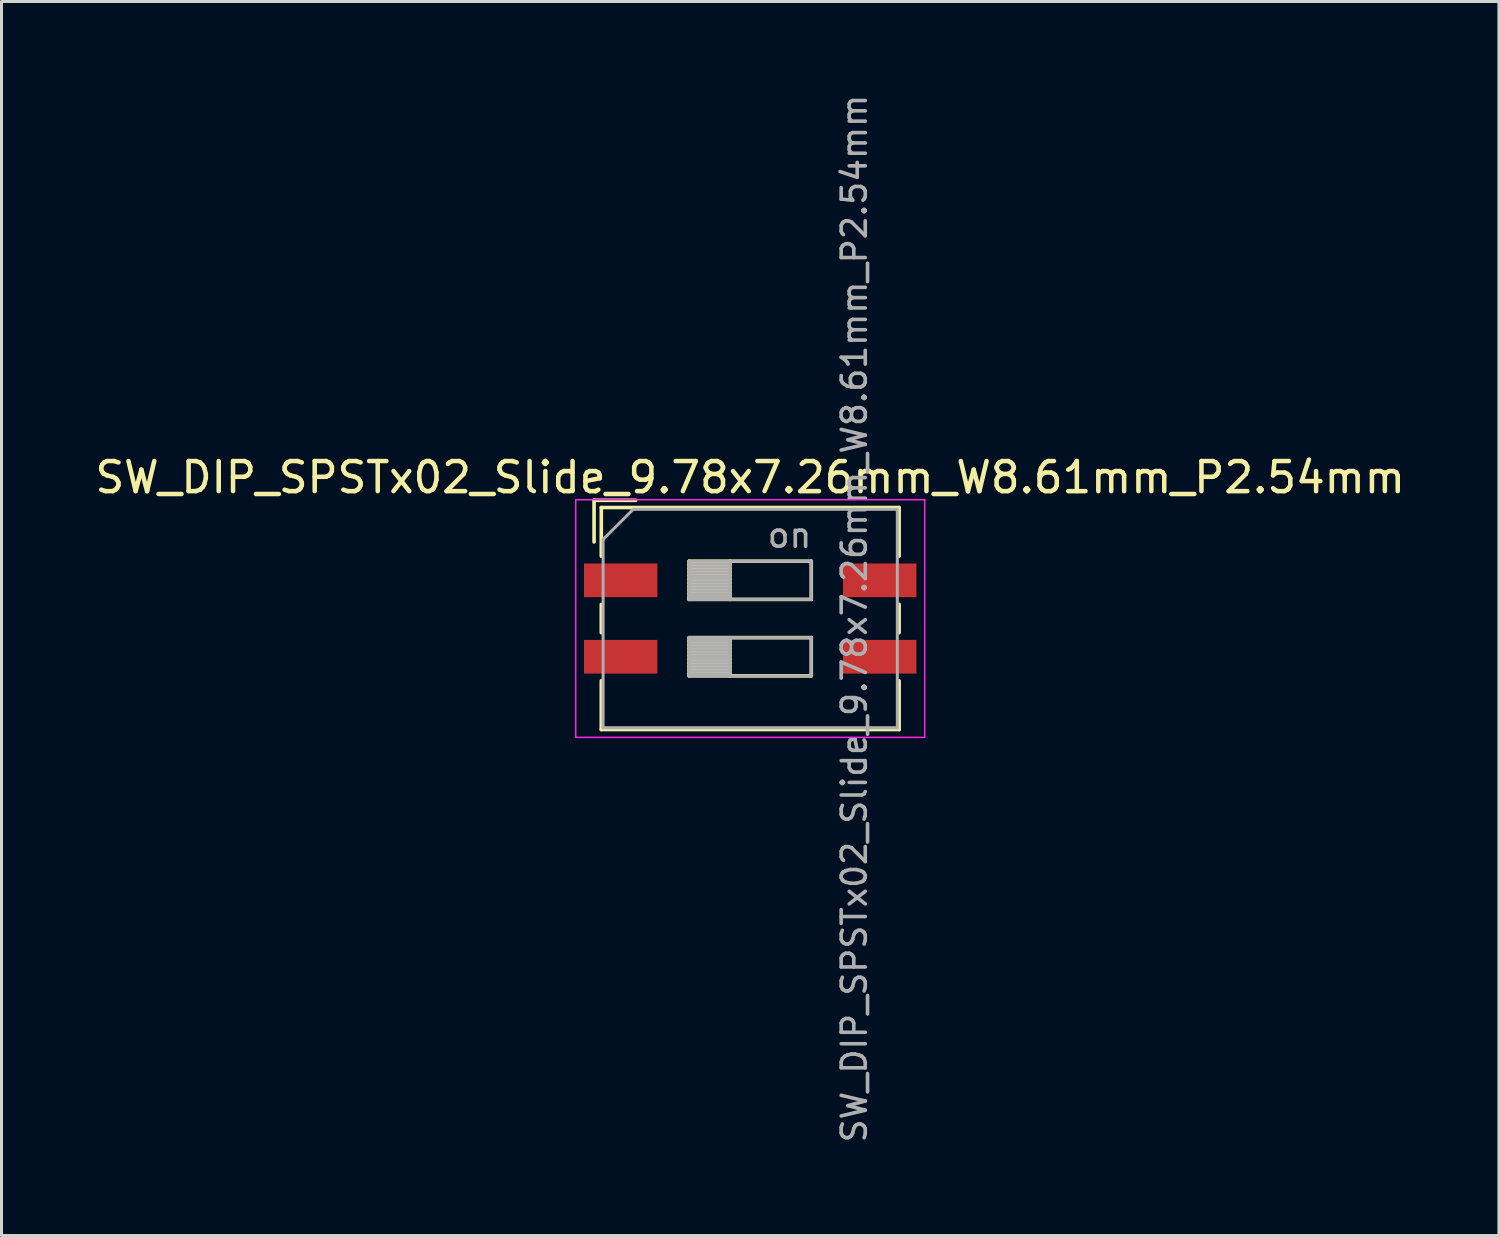
<source format=kicad_pcb>
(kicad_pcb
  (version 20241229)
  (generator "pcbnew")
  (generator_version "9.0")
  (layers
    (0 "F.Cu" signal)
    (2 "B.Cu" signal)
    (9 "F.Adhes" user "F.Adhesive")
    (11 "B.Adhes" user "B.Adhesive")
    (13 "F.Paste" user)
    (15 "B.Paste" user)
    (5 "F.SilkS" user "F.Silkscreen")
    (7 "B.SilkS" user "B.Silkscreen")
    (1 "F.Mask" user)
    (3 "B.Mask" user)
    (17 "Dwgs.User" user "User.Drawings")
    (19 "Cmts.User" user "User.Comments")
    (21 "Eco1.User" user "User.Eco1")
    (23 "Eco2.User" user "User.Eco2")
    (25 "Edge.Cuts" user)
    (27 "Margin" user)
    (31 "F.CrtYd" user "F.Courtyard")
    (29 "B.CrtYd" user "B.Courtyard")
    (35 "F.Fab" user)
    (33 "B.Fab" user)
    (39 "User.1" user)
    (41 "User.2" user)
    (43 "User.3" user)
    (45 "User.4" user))
  (footprint "SW_DIP_SPSTx02_Slide_9.78x7.26mm_W8.61mm_P2.54mm"
    (layer "F.Cu")
    (at 21.887 17.51)
    (property "Reference" "SW_DIP_SPSTx02_Slide_9.78x7.26mm_W8.61mm_P2.54mm" (at 0 -4.69 0) (layer "F.SilkS") (effects (font (size 1 1) (thickness 0.15))))
    (attr smd)
    (fp_line (start -5.19 -3.93) (end -5.19 -2.547) (stroke (width 0.12) (type solid)) (layer "F.SilkS"))
    (fp_line (start -5.19 -3.93) (end -3.806 -3.93) (stroke (width 0.12) (type solid)) (layer "F.SilkS"))
    (fp_line (start -4.95 -3.69) (end -4.95 -2.07) (stroke (width 0.12) (type solid)) (layer "F.SilkS"))
    (fp_line (start -4.95 -3.69) (end 4.95 -3.69) (stroke (width 0.12) (type solid)) (layer "F.SilkS"))
    (fp_line (start -4.95 -0.47) (end -4.95 0.47) (stroke (width 0.12) (type solid)) (layer "F.SilkS"))
    (fp_line (start -4.95 2.07) (end -4.95 3.69) (stroke (width 0.12) (type solid)) (layer "F.SilkS"))
    (fp_line (start -4.95 3.69) (end 4.95 3.69) (stroke (width 0.12) (type solid)) (layer "F.SilkS"))
    (fp_line (start -2.03 -1.905) (end -2.03 -0.635) (stroke (width 0.12) (type solid)) (layer "F.SilkS"))
    (fp_line (start -2.03 -1.785) (end -0.677 -1.785) (stroke (width 0.12) (type solid)) (layer "F.SilkS"))
    (fp_line (start -2.03 -1.665) (end -0.677 -1.665) (stroke (width 0.12) (type solid)) (layer "F.SilkS"))
    (fp_line (start -2.03 -1.545) (end -0.677 -1.545) (stroke (width 0.12) (type solid)) (layer "F.SilkS"))
    (fp_line (start -2.03 -1.425) (end -0.677 -1.425) (stroke (width 0.12) (type solid)) (layer "F.SilkS"))
    (fp_line (start -2.03 -1.305) (end -0.677 -1.305) (stroke (width 0.12) (type solid)) (layer "F.SilkS"))
    (fp_line (start -2.03 -1.185) (end -0.677 -1.185) (stroke (width 0.12) (type solid)) (layer "F.SilkS"))
    (fp_line (start -2.03 -1.065) (end -0.677 -1.065) (stroke (width 0.12) (type solid)) (layer "F.SilkS"))
    (fp_line (start -2.03 -0.945) (end -0.677 -0.945) (stroke (width 0.12) (type solid)) (layer "F.SilkS"))
    (fp_line (start -2.03 -0.825) (end -0.677 -0.825) (stroke (width 0.12) (type solid)) (layer "F.SilkS"))
    (fp_line (start -2.03 -0.705) (end -0.677 -0.705) (stroke (width 0.12) (type solid)) (layer "F.SilkS"))
    (fp_line (start -2.03 -0.635) (end 2.03 -0.635) (stroke (width 0.12) (type solid)) (layer "F.SilkS"))
    (fp_line (start -2.03 0.635) (end -2.03 1.905) (stroke (width 0.12) (type solid)) (layer "F.SilkS"))
    (fp_line (start -2.03 0.755) (end -0.677 0.755) (stroke (width 0.12) (type solid)) (layer "F.SilkS"))
    (fp_line (start -2.03 0.875) (end -0.677 0.875) (stroke (width 0.12) (type solid)) (layer "F.SilkS"))
    (fp_line (start -2.03 0.995) (end -0.677 0.995) (stroke (width 0.12) (type solid)) (layer "F.SilkS"))
    (fp_line (start -2.03 1.115) (end -0.677 1.115) (stroke (width 0.12) (type solid)) (layer "F.SilkS"))
    (fp_line (start -2.03 1.235) (end -0.677 1.235) (stroke (width 0.12) (type solid)) (layer "F.SilkS"))
    (fp_line (start -2.03 1.355) (end -0.677 1.355) (stroke (width 0.12) (type solid)) (layer "F.SilkS"))
    (fp_line (start -2.03 1.475) (end -0.677 1.475) (stroke (width 0.12) (type solid)) (layer "F.SilkS"))
    (fp_line (start -2.03 1.595) (end -0.677 1.595) (stroke (width 0.12) (type solid)) (layer "F.SilkS"))
    (fp_line (start -2.03 1.715) (end -0.677 1.715) (stroke (width 0.12) (type solid)) (layer "F.SilkS"))
    (fp_line (start -2.03 1.835) (end -0.677 1.835) (stroke (width 0.12) (type solid)) (layer "F.SilkS"))
    (fp_line (start -2.03 1.905) (end 2.03 1.905) (stroke (width 0.12) (type solid)) (layer "F.SilkS"))
    (fp_line (start -0.677 -1.905) (end -0.677 -0.635) (stroke (width 0.12) (type solid)) (layer "F.SilkS"))
    (fp_line (start -0.677 0.635) (end -0.677 1.905) (stroke (width 0.12) (type solid)) (layer "F.SilkS"))
    (fp_line (start 2.03 -1.905) (end -2.03 -1.905) (stroke (width 0.12) (type solid)) (layer "F.SilkS"))
    (fp_line (start 2.03 -0.635) (end 2.03 -1.905) (stroke (width 0.12) (type solid)) (layer "F.SilkS"))
    (fp_line (start 2.03 0.635) (end -2.03 0.635) (stroke (width 0.12) (type solid)) (layer "F.SilkS"))
    (fp_line (start 2.03 1.905) (end 2.03 0.635) (stroke (width 0.12) (type solid)) (layer "F.SilkS"))
    (fp_line (start 4.95 -3.69) (end 4.95 -2.07) (stroke (width 0.12) (type solid)) (layer "F.SilkS"))
    (fp_line (start 4.95 -0.47) (end 4.95 0.47) (stroke (width 0.12) (type solid)) (layer "F.SilkS"))
    (fp_line (start 4.95 2.07) (end 4.95 3.69) (stroke (width 0.12) (type solid)) (layer "F.SilkS"))
    (fp_line (start -5.8 -3.95) (end -5.8 3.95) (stroke (width 0.05) (type solid)) (layer "F.CrtYd"))
    (fp_line (start -5.8 3.95) (end 5.8 3.95) (stroke (width 0.05) (type solid)) (layer "F.CrtYd"))
    (fp_line (start 5.8 -3.95) (end -5.8 -3.95) (stroke (width 0.05) (type solid)) (layer "F.CrtYd"))
    (fp_line (start 5.8 3.95) (end 5.8 -3.95) (stroke (width 0.05) (type solid)) (layer "F.CrtYd"))
    (fp_line (start -4.89 -2.63) (end -3.89 -3.63) (stroke (width 0.1) (type solid)) (layer "F.Fab"))
    (fp_line (start -4.89 3.63) (end -4.89 -2.63) (stroke (width 0.1) (type solid)) (layer "F.Fab"))
    (fp_line (start -3.89 -3.63) (end 4.89 -3.63) (stroke (width 0.1) (type solid)) (layer "F.Fab"))
    (fp_line (start -2.03 -1.905) (end -2.03 -0.635) (stroke (width 0.1) (type solid)) (layer "F.Fab"))
    (fp_line (start -2.03 -1.805) (end -0.677 -1.805) (stroke (width 0.1) (type solid)) (layer "F.Fab"))
    (fp_line (start -2.03 -1.705) (end -0.677 -1.705) (stroke (width 0.1) (type solid)) (layer "F.Fab"))
    (fp_line (start -2.03 -1.605) (end -0.677 -1.605) (stroke (width 0.1) (type solid)) (layer "F.Fab"))
    (fp_line (start -2.03 -1.505) (end -0.677 -1.505) (stroke (width 0.1) (type solid)) (layer "F.Fab"))
    (fp_line (start -2.03 -1.405) (end -0.677 -1.405) (stroke (width 0.1) (type solid)) (layer "F.Fab"))
    (fp_line (start -2.03 -1.305) (end -0.677 -1.305) (stroke (width 0.1) (type solid)) (layer "F.Fab"))
    (fp_line (start -2.03 -1.205) (end -0.677 -1.205) (stroke (width 0.1) (type solid)) (layer "F.Fab"))
    (fp_line (start -2.03 -1.105) (end -0.677 -1.105) (stroke (width 0.1) (type solid)) (layer "F.Fab"))
    (fp_line (start -2.03 -1.005) (end -0.677 -1.005) (stroke (width 0.1) (type solid)) (layer "F.Fab"))
    (fp_line (start -2.03 -0.905) (end -0.677 -0.905) (stroke (width 0.1) (type solid)) (layer "F.Fab"))
    (fp_line (start -2.03 -0.805) (end -0.677 -0.805) (stroke (width 0.1) (type solid)) (layer "F.Fab"))
    (fp_line (start -2.03 -0.705) (end -0.677 -0.705) (stroke (width 0.1) (type solid)) (layer "F.Fab"))
    (fp_line (start -2.03 -0.635) (end 2.03 -0.635) (stroke (width 0.1) (type solid)) (layer "F.Fab"))
    (fp_line (start -2.03 0.635) (end -2.03 1.905) (stroke (width 0.1) (type solid)) (layer "F.Fab"))
    (fp_line (start -2.03 0.735) (end -0.677 0.735) (stroke (width 0.1) (type solid)) (layer "F.Fab"))
    (fp_line (start -2.03 0.835) (end -0.677 0.835) (stroke (width 0.1) (type solid)) (layer "F.Fab"))
    (fp_line (start -2.03 0.935) (end -0.677 0.935) (stroke (width 0.1) (type solid)) (layer "F.Fab"))
    (fp_line (start -2.03 1.035) (end -0.677 1.035) (stroke (width 0.1) (type solid)) (layer "F.Fab"))
    (fp_line (start -2.03 1.135) (end -0.677 1.135) (stroke (width 0.1) (type solid)) (layer "F.Fab"))
    (fp_line (start -2.03 1.235) (end -0.677 1.235) (stroke (width 0.1) (type solid)) (layer "F.Fab"))
    (fp_line (start -2.03 1.335) (end -0.677 1.335) (stroke (width 0.1) (type solid)) (layer "F.Fab"))
    (fp_line (start -2.03 1.435) (end -0.677 1.435) (stroke (width 0.1) (type solid)) (layer "F.Fab"))
    (fp_line (start -2.03 1.535) (end -0.677 1.535) (stroke (width 0.1) (type solid)) (layer "F.Fab"))
    (fp_line (start -2.03 1.635) (end -0.677 1.635) (stroke (width 0.1) (type solid)) (layer "F.Fab"))
    (fp_line (start -2.03 1.735) (end -0.677 1.735) (stroke (width 0.1) (type solid)) (layer "F.Fab"))
    (fp_line (start -2.03 1.835) (end -0.677 1.835) (stroke (width 0.1) (type solid)) (layer "F.Fab"))
    (fp_line (start -2.03 1.905) (end 2.03 1.905) (stroke (width 0.1) (type solid)) (layer "F.Fab"))
    (fp_line (start -0.677 -1.905) (end -0.677 -0.635) (stroke (width 0.1) (type solid)) (layer "F.Fab"))
    (fp_line (start -0.677 0.635) (end -0.677 1.905) (stroke (width 0.1) (type solid)) (layer "F.Fab"))
    (fp_line (start 2.03 -1.905) (end -2.03 -1.905) (stroke (width 0.1) (type solid)) (layer "F.Fab"))
    (fp_line (start 2.03 -0.635) (end 2.03 -1.905) (stroke (width 0.1) (type solid)) (layer "F.Fab"))
    (fp_line (start 2.03 0.635) (end -2.03 0.635) (stroke (width 0.1) (type solid)) (layer "F.Fab"))
    (fp_line (start 2.03 1.905) (end 2.03 0.635) (stroke (width 0.1) (type solid)) (layer "F.Fab"))
    (fp_line (start 4.89 -3.63) (end 4.89 3.63) (stroke (width 0.1) (type solid)) (layer "F.Fab"))
    (fp_line (start 4.89 3.63) (end -4.89 3.63) (stroke (width 0.1) (type solid)) (layer "F.Fab"))
    (fp_text user "${REFERENCE}" (at 3.46 0 90) (layer "F.Fab") (effects (font (size 0.8 0.8) (thickness 0.12))))
    (fp_text user "on" (at 1.308 -2.768 0) (layer "F.Fab") (effects (font (size 0.8 0.8) (thickness 0.12))))
    (pad "1" smd rect (at -4.305 -1.27) (size 2.44 1.12) (layers "F.Cu" "F.Mask" "F.Paste"))
    (pad "2" smd rect (at -4.305 1.27) (size 2.44 1.12) (layers "F.Cu" "F.Mask" "F.Paste"))
    (pad "3" smd rect (at 4.305 1.27) (size 2.44 1.12) (layers "F.Cu" "F.Mask" "F.Paste"))
    (pad "4" smd rect (at 4.305 -1.27) (size 2.44 1.12) (layers "F.Cu" "F.Mask" "F.Paste")))
  (gr_rect
    (start -3 -3)
    (end 46.774 38.019)
    (stroke (width 0.1) (type default))
    (fill no)
    (layer "Edge.Cuts")))
</source>
